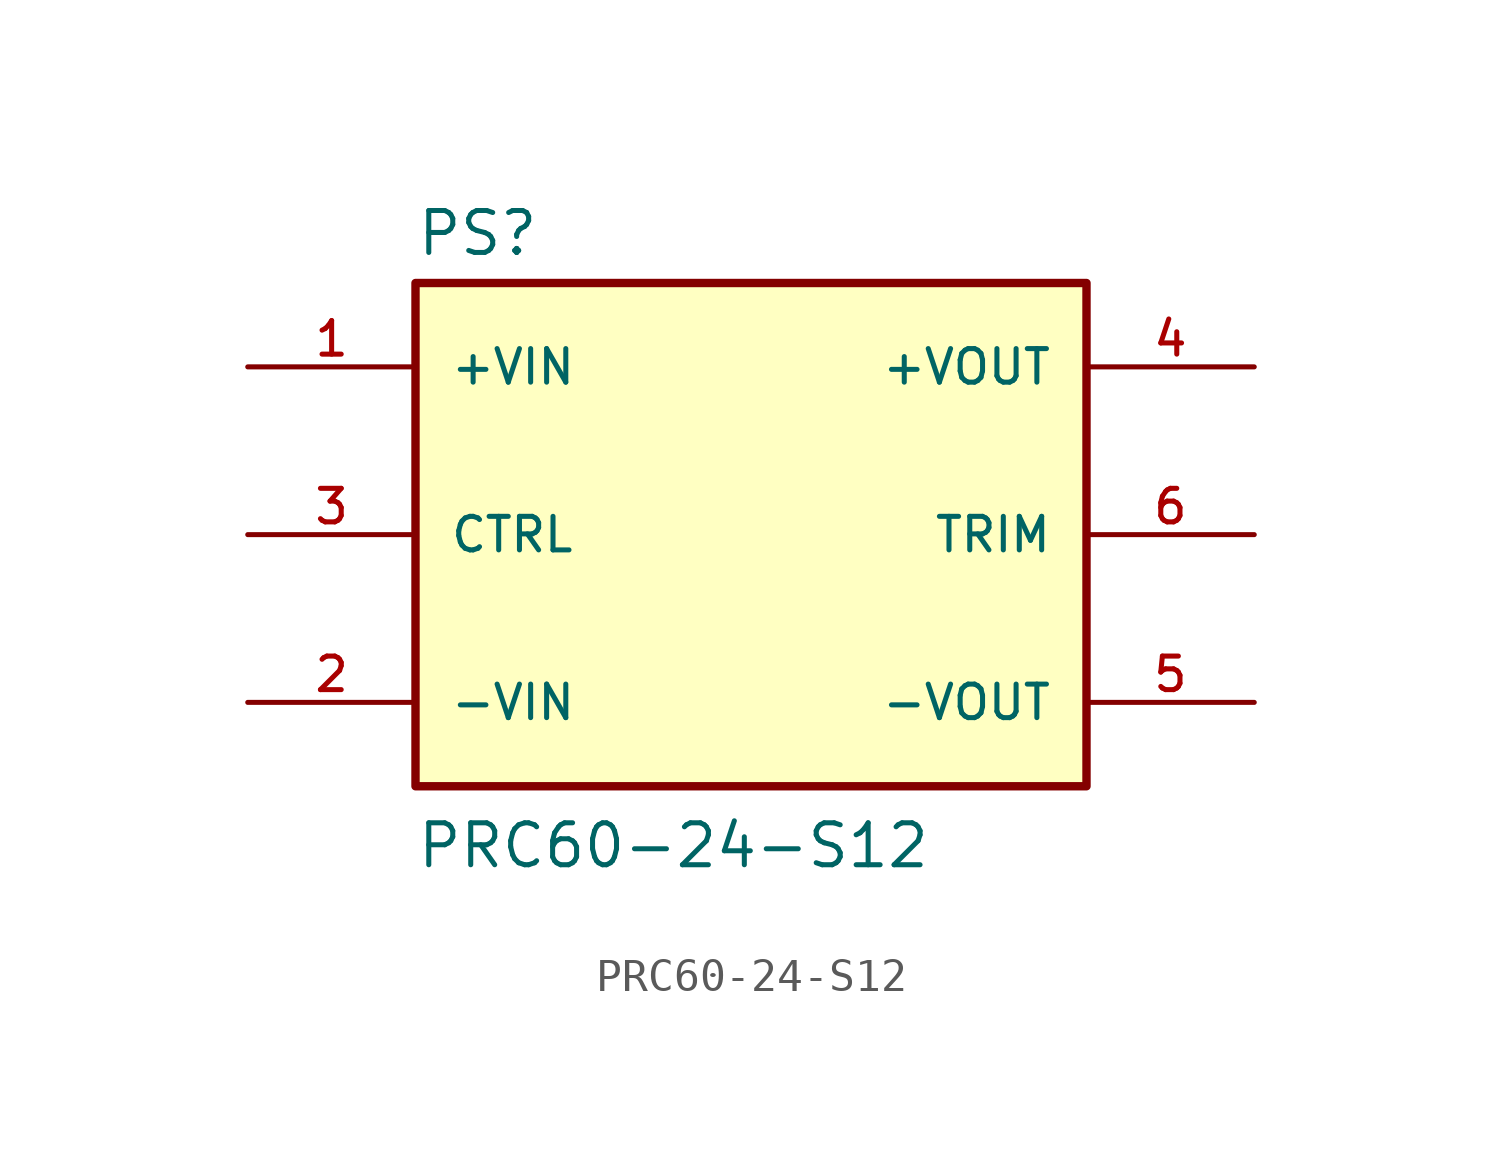
<source format=kicad_sym>
(kicad_symbol_lib
  (version 20211014)
  (generator kicad_symbol_editor)
  (symbol "PRC60-24-S12"
    (pin_names
      (offset 1.016))
    (property "Reference" "PS"
      (at -10.16 8.382 0)
      (effects (font (size 1.27 1.27)) (justify bottom left)))
    (property "Value" "PRC60-24-S12"
      (at -10.16 -10.16 0)
      (effects (font (size 1.27 1.27)) (justify bottom left)))
    (symbol "PRC60-24-S12_0_0"
      (rectangle (start -10.16 -7.62) (end 10.16 7.62) (stroke (width 0.254)) (fill (type background)))
      (pin input line (at -15.24 5.08 0) (length 5.08) (name "+VIN" (effects (font (size 1.016 1.016)))) (number "1" (effects (font (size 1.016 1.016)))))
      (pin input line (at -15.24 -5.08 0) (length 5.08) (name "-VIN" (effects (font (size 1.016 1.016)))) (number "2" (effects (font (size 1.016 1.016)))))
      (pin input line (at -15.24 0.0 0) (length 5.08) (name "CTRL" (effects (font (size 1.016 1.016)))) (number "3" (effects (font (size 1.016 1.016)))))
      (pin output line (at 15.24 5.08 180.0) (length 5.08) (name "+VOUT" (effects (font (size 1.016 1.016)))) (number "4" (effects (font (size 1.016 1.016)))))
      (pin output line (at 15.24 -5.08 180.0) (length 5.08) (name "-VOUT" (effects (font (size 1.016 1.016)))) (number "5" (effects (font (size 1.016 1.016)))))
      (pin passive line (at 15.24 0.0 180.0) (length 5.08) (name "TRIM" (effects (font (size 1.016 1.016)))) (number "6" (effects (font (size 1.016 1.016))))))))
</source>
